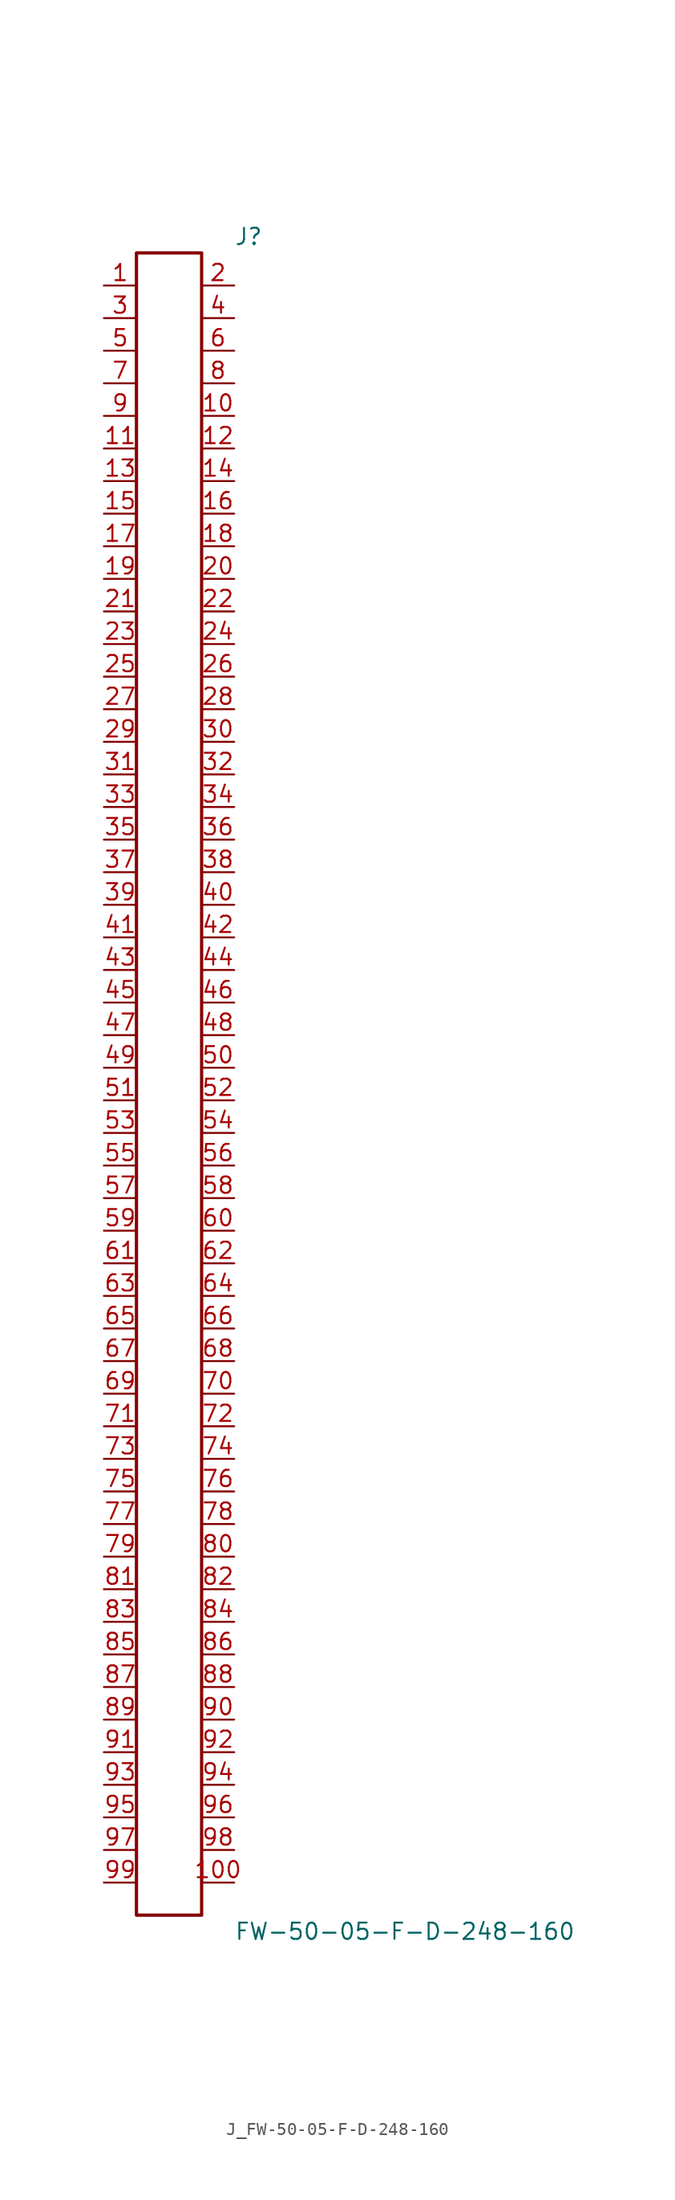
<source format=kicad_sym>
(kicad_symbol_lib
  (version 20231120)
  (generator kicad_symbol_editor)
  (generator_version 8.0)
  (symbol "J_FW-50-05-F-D-248-160"
    (pin_names
      (offset 0.254))
    (property "Reference" "J"
      (at 5.08 66.04 0)
      (effects (font (size 1.27 1.27)) (justify left)))
    (property "Value" "FW-50-05-F-D-248-160"
      (at 5.08 -66.04 0)
      (effects (font (size 1.27 1.27)) (justify left)))
    (symbol "J_FW-50-05-F-D-248-160_0_0"
      (pin passive line (at -5.08 62.23 0) (length 2.54) (name "" (effects (font (size 1.27 1.27)))) (number "1" (effects (font (size 1.27 1.27)))))
      (pin passive line (at 5.08 62.23 180) (length 2.54) (name "" (effects (font (size 1.27 1.27)))) (number "2" (effects (font (size 1.27 1.27)))))
      (pin passive line (at -5.08 59.69 0) (length 2.54) (name "" (effects (font (size 1.27 1.27)))) (number "3" (effects (font (size 1.27 1.27)))))
      (pin passive line (at 5.08 59.69 180) (length 2.54) (name "" (effects (font (size 1.27 1.27)))) (number "4" (effects (font (size 1.27 1.27)))))
      (pin passive line (at -5.08 57.15 0) (length 2.54) (name "" (effects (font (size 1.27 1.27)))) (number "5" (effects (font (size 1.27 1.27)))))
      (pin passive line (at 5.08 57.15 180) (length 2.54) (name "" (effects (font (size 1.27 1.27)))) (number "6" (effects (font (size 1.27 1.27)))))
      (pin passive line (at -5.08 54.61 0) (length 2.54) (name "" (effects (font (size 1.27 1.27)))) (number "7" (effects (font (size 1.27 1.27)))))
      (pin passive line (at 5.08 54.61 180) (length 2.54) (name "" (effects (font (size 1.27 1.27)))) (number "8" (effects (font (size 1.27 1.27)))))
      (pin passive line (at -5.08 52.07 0) (length 2.54) (name "" (effects (font (size 1.27 1.27)))) (number "9" (effects (font (size 1.27 1.27)))))
      (pin passive line (at 5.08 52.07 180) (length 2.54) (name "" (effects (font (size 1.27 1.27)))) (number "10" (effects (font (size 1.27 1.27)))))
      (pin passive line (at -5.08 49.53 0) (length 2.54) (name "" (effects (font (size 1.27 1.27)))) (number "11" (effects (font (size 1.27 1.27)))))
      (pin passive line (at 5.08 49.53 180) (length 2.54) (name "" (effects (font (size 1.27 1.27)))) (number "12" (effects (font (size 1.27 1.27)))))
      (pin passive line (at -5.08 46.99 0) (length 2.54) (name "" (effects (font (size 1.27 1.27)))) (number "13" (effects (font (size 1.27 1.27)))))
      (pin passive line (at 5.08 46.99 180) (length 2.54) (name "" (effects (font (size 1.27 1.27)))) (number "14" (effects (font (size 1.27 1.27)))))
      (pin passive line (at -5.08 44.45 0) (length 2.54) (name "" (effects (font (size 1.27 1.27)))) (number "15" (effects (font (size 1.27 1.27)))))
      (pin passive line (at 5.08 44.45 180) (length 2.54) (name "" (effects (font (size 1.27 1.27)))) (number "16" (effects (font (size 1.27 1.27)))))
      (pin passive line (at -5.08 41.91 0) (length 2.54) (name "" (effects (font (size 1.27 1.27)))) (number "17" (effects (font (size 1.27 1.27)))))
      (pin passive line (at 5.08 41.91 180) (length 2.54) (name "" (effects (font (size 1.27 1.27)))) (number "18" (effects (font (size 1.27 1.27)))))
      (pin passive line (at -5.08 39.37 0) (length 2.54) (name "" (effects (font (size 1.27 1.27)))) (number "19" (effects (font (size 1.27 1.27)))))
      (pin passive line (at 5.08 39.37 180) (length 2.54) (name "" (effects (font (size 1.27 1.27)))) (number "20" (effects (font (size 1.27 1.27)))))
      (pin passive line (at -5.08 36.83 0) (length 2.54) (name "" (effects (font (size 1.27 1.27)))) (number "21" (effects (font (size 1.27 1.27)))))
      (pin passive line (at 5.08 36.83 180) (length 2.54) (name "" (effects (font (size 1.27 1.27)))) (number "22" (effects (font (size 1.27 1.27)))))
      (pin passive line (at -5.08 34.29 0) (length 2.54) (name "" (effects (font (size 1.27 1.27)))) (number "23" (effects (font (size 1.27 1.27)))))
      (pin passive line (at 5.08 34.29 180) (length 2.54) (name "" (effects (font (size 1.27 1.27)))) (number "24" (effects (font (size 1.27 1.27)))))
      (pin passive line (at -5.08 31.75 0) (length 2.54) (name "" (effects (font (size 1.27 1.27)))) (number "25" (effects (font (size 1.27 1.27)))))
      (pin passive line (at 5.08 31.75 180) (length 2.54) (name "" (effects (font (size 1.27 1.27)))) (number "26" (effects (font (size 1.27 1.27)))))
      (pin passive line (at -5.08 29.21 0) (length 2.54) (name "" (effects (font (size 1.27 1.27)))) (number "27" (effects (font (size 1.27 1.27)))))
      (pin passive line (at 5.08 29.21 180) (length 2.54) (name "" (effects (font (size 1.27 1.27)))) (number "28" (effects (font (size 1.27 1.27)))))
      (pin passive line (at -5.08 26.67 0) (length 2.54) (name "" (effects (font (size 1.27 1.27)))) (number "29" (effects (font (size 1.27 1.27)))))
      (pin passive line (at 5.08 26.67 180) (length 2.54) (name "" (effects (font (size 1.27 1.27)))) (number "30" (effects (font (size 1.27 1.27)))))
      (pin passive line (at -5.08 24.13 0) (length 2.54) (name "" (effects (font (size 1.27 1.27)))) (number "31" (effects (font (size 1.27 1.27)))))
      (pin passive line (at 5.08 24.13 180) (length 2.54) (name "" (effects (font (size 1.27 1.27)))) (number "32" (effects (font (size 1.27 1.27)))))
      (pin passive line (at -5.08 21.59 0) (length 2.54) (name "" (effects (font (size 1.27 1.27)))) (number "33" (effects (font (size 1.27 1.27)))))
      (pin passive line (at 5.08 21.59 180) (length 2.54) (name "" (effects (font (size 1.27 1.27)))) (number "34" (effects (font (size 1.27 1.27)))))
      (pin passive line (at -5.08 19.05 0) (length 2.54) (name "" (effects (font (size 1.27 1.27)))) (number "35" (effects (font (size 1.27 1.27)))))
      (pin passive line (at 5.08 19.05 180) (length 2.54) (name "" (effects (font (size 1.27 1.27)))) (number "36" (effects (font (size 1.27 1.27)))))
      (pin passive line (at -5.08 16.51 0) (length 2.54) (name "" (effects (font (size 1.27 1.27)))) (number "37" (effects (font (size 1.27 1.27)))))
      (pin passive line (at 5.08 16.51 180) (length 2.54) (name "" (effects (font (size 1.27 1.27)))) (number "38" (effects (font (size 1.27 1.27)))))
      (pin passive line (at -5.08 13.97 0) (length 2.54) (name "" (effects (font (size 1.27 1.27)))) (number "39" (effects (font (size 1.27 1.27)))))
      (pin passive line (at 5.08 13.97 180) (length 2.54) (name "" (effects (font (size 1.27 1.27)))) (number "40" (effects (font (size 1.27 1.27)))))
      (pin passive line (at -5.08 11.43 0) (length 2.54) (name "" (effects (font (size 1.27 1.27)))) (number "41" (effects (font (size 1.27 1.27)))))
      (pin passive line (at 5.08 11.43 180) (length 2.54) (name "" (effects (font (size 1.27 1.27)))) (number "42" (effects (font (size 1.27 1.27)))))
      (pin passive line (at -5.08 8.89 0) (length 2.54) (name "" (effects (font (size 1.27 1.27)))) (number "43" (effects (font (size 1.27 1.27)))))
      (pin passive line (at 5.08 8.89 180) (length 2.54) (name "" (effects (font (size 1.27 1.27)))) (number "44" (effects (font (size 1.27 1.27)))))
      (pin passive line (at -5.08 6.35 0) (length 2.54) (name "" (effects (font (size 1.27 1.27)))) (number "45" (effects (font (size 1.27 1.27)))))
      (pin passive line (at 5.08 6.35 180) (length 2.54) (name "" (effects (font (size 1.27 1.27)))) (number "46" (effects (font (size 1.27 1.27)))))
      (pin passive line (at -5.08 3.81 0) (length 2.54) (name "" (effects (font (size 1.27 1.27)))) (number "47" (effects (font (size 1.27 1.27)))))
      (pin passive line (at 5.08 3.81 180) (length 2.54) (name "" (effects (font (size 1.27 1.27)))) (number "48" (effects (font (size 1.27 1.27)))))
      (pin passive line (at -5.08 1.27 0) (length 2.54) (name "" (effects (font (size 1.27 1.27)))) (number "49" (effects (font (size 1.27 1.27)))))
      (pin passive line (at 5.08 1.27 180) (length 2.54) (name "" (effects (font (size 1.27 1.27)))) (number "50" (effects (font (size 1.27 1.27)))))
      (pin passive line (at -5.08 -1.27 0) (length 2.54) (name "" (effects (font (size 1.27 1.27)))) (number "51" (effects (font (size 1.27 1.27)))))
      (pin passive line (at 5.08 -1.27 180) (length 2.54) (name "" (effects (font (size 1.27 1.27)))) (number "52" (effects (font (size 1.27 1.27)))))
      (pin passive line (at -5.08 -3.81 0) (length 2.54) (name "" (effects (font (size 1.27 1.27)))) (number "53" (effects (font (size 1.27 1.27)))))
      (pin passive line (at 5.08 -3.81 180) (length 2.54) (name "" (effects (font (size 1.27 1.27)))) (number "54" (effects (font (size 1.27 1.27)))))
      (pin passive line (at -5.08 -6.35 0) (length 2.54) (name "" (effects (font (size 1.27 1.27)))) (number "55" (effects (font (size 1.27 1.27)))))
      (pin passive line (at 5.08 -6.35 180) (length 2.54) (name "" (effects (font (size 1.27 1.27)))) (number "56" (effects (font (size 1.27 1.27)))))
      (pin passive line (at -5.08 -8.89 0) (length 2.54) (name "" (effects (font (size 1.27 1.27)))) (number "57" (effects (font (size 1.27 1.27)))))
      (pin passive line (at 5.08 -8.89 180) (length 2.54) (name "" (effects (font (size 1.27 1.27)))) (number "58" (effects (font (size 1.27 1.27)))))
      (pin passive line (at -5.08 -11.43 0) (length 2.54) (name "" (effects (font (size 1.27 1.27)))) (number "59" (effects (font (size 1.27 1.27)))))
      (pin passive line (at 5.08 -11.43 180) (length 2.54) (name "" (effects (font (size 1.27 1.27)))) (number "60" (effects (font (size 1.27 1.27)))))
      (pin passive line (at -5.08 -13.97 0) (length 2.54) (name "" (effects (font (size 1.27 1.27)))) (number "61" (effects (font (size 1.27 1.27)))))
      (pin passive line (at 5.08 -13.97 180) (length 2.54) (name "" (effects (font (size 1.27 1.27)))) (number "62" (effects (font (size 1.27 1.27)))))
      (pin passive line (at -5.08 -16.51 0) (length 2.54) (name "" (effects (font (size 1.27 1.27)))) (number "63" (effects (font (size 1.27 1.27)))))
      (pin passive line (at 5.08 -16.51 180) (length 2.54) (name "" (effects (font (size 1.27 1.27)))) (number "64" (effects (font (size 1.27 1.27)))))
      (pin passive line (at -5.08 -19.05 0) (length 2.54) (name "" (effects (font (size 1.27 1.27)))) (number "65" (effects (font (size 1.27 1.27)))))
      (pin passive line (at 5.08 -19.05 180) (length 2.54) (name "" (effects (font (size 1.27 1.27)))) (number "66" (effects (font (size 1.27 1.27)))))
      (pin passive line (at -5.08 -21.59 0) (length 2.54) (name "" (effects (font (size 1.27 1.27)))) (number "67" (effects (font (size 1.27 1.27)))))
      (pin passive line (at 5.08 -21.59 180) (length 2.54) (name "" (effects (font (size 1.27 1.27)))) (number "68" (effects (font (size 1.27 1.27)))))
      (pin passive line (at -5.08 -24.13 0) (length 2.54) (name "" (effects (font (size 1.27 1.27)))) (number "69" (effects (font (size 1.27 1.27)))))
      (pin passive line (at 5.08 -24.13 180) (length 2.54) (name "" (effects (font (size 1.27 1.27)))) (number "70" (effects (font (size 1.27 1.27)))))
      (pin passive line (at -5.08 -26.67 0) (length 2.54) (name "" (effects (font (size 1.27 1.27)))) (number "71" (effects (font (size 1.27 1.27)))))
      (pin passive line (at 5.08 -26.67 180) (length 2.54) (name "" (effects (font (size 1.27 1.27)))) (number "72" (effects (font (size 1.27 1.27)))))
      (pin passive line (at -5.08 -29.21 0) (length 2.54) (name "" (effects (font (size 1.27 1.27)))) (number "73" (effects (font (size 1.27 1.27)))))
      (pin passive line (at 5.08 -29.21 180) (length 2.54) (name "" (effects (font (size 1.27 1.27)))) (number "74" (effects (font (size 1.27 1.27)))))
      (pin passive line (at -5.08 -31.75 0) (length 2.54) (name "" (effects (font (size 1.27 1.27)))) (number "75" (effects (font (size 1.27 1.27)))))
      (pin passive line (at 5.08 -31.75 180) (length 2.54) (name "" (effects (font (size 1.27 1.27)))) (number "76" (effects (font (size 1.27 1.27)))))
      (pin passive line (at -5.08 -34.29 0) (length 2.54) (name "" (effects (font (size 1.27 1.27)))) (number "77" (effects (font (size 1.27 1.27)))))
      (pin passive line (at 5.08 -34.29 180) (length 2.54) (name "" (effects (font (size 1.27 1.27)))) (number "78" (effects (font (size 1.27 1.27)))))
      (pin passive line (at -5.08 -36.83 0) (length 2.54) (name "" (effects (font (size 1.27 1.27)))) (number "79" (effects (font (size 1.27 1.27)))))
      (pin passive line (at 5.08 -36.83 180) (length 2.54) (name "" (effects (font (size 1.27 1.27)))) (number "80" (effects (font (size 1.27 1.27)))))
      (pin passive line (at -5.08 -39.37 0) (length 2.54) (name "" (effects (font (size 1.27 1.27)))) (number "81" (effects (font (size 1.27 1.27)))))
      (pin passive line (at 5.08 -39.37 180) (length 2.54) (name "" (effects (font (size 1.27 1.27)))) (number "82" (effects (font (size 1.27 1.27)))))
      (pin passive line (at -5.08 -41.91 0) (length 2.54) (name "" (effects (font (size 1.27 1.27)))) (number "83" (effects (font (size 1.27 1.27)))))
      (pin passive line (at 5.08 -41.91 180) (length 2.54) (name "" (effects (font (size 1.27 1.27)))) (number "84" (effects (font (size 1.27 1.27)))))
      (pin passive line (at -5.08 -44.45 0) (length 2.54) (name "" (effects (font (size 1.27 1.27)))) (number "85" (effects (font (size 1.27 1.27)))))
      (pin passive line (at 5.08 -44.45 180) (length 2.54) (name "" (effects (font (size 1.27 1.27)))) (number "86" (effects (font (size 1.27 1.27)))))
      (pin passive line (at -5.08 -46.99 0) (length 2.54) (name "" (effects (font (size 1.27 1.27)))) (number "87" (effects (font (size 1.27 1.27)))))
      (pin passive line (at 5.08 -46.99 180) (length 2.54) (name "" (effects (font (size 1.27 1.27)))) (number "88" (effects (font (size 1.27 1.27)))))
      (pin passive line (at -5.08 -49.53 0) (length 2.54) (name "" (effects (font (size 1.27 1.27)))) (number "89" (effects (font (size 1.27 1.27)))))
      (pin passive line (at 5.08 -49.53 180) (length 2.54) (name "" (effects (font (size 1.27 1.27)))) (number "90" (effects (font (size 1.27 1.27)))))
      (pin passive line (at -5.08 -52.07 0) (length 2.54) (name "" (effects (font (size 1.27 1.27)))) (number "91" (effects (font (size 1.27 1.27)))))
      (pin passive line (at 5.08 -52.07 180) (length 2.54) (name "" (effects (font (size 1.27 1.27)))) (number "92" (effects (font (size 1.27 1.27)))))
      (pin passive line (at -5.08 -54.61 0) (length 2.54) (name "" (effects (font (size 1.27 1.27)))) (number "93" (effects (font (size 1.27 1.27)))))
      (pin passive line (at 5.08 -54.61 180) (length 2.54) (name "" (effects (font (size 1.27 1.27)))) (number "94" (effects (font (size 1.27 1.27)))))
      (pin passive line (at -5.08 -57.15 0) (length 2.54) (name "" (effects (font (size 1.27 1.27)))) (number "95" (effects (font (size 1.27 1.27)))))
      (pin passive line (at 5.08 -57.15 180) (length 2.54) (name "" (effects (font (size 1.27 1.27)))) (number "96" (effects (font (size 1.27 1.27)))))
      (pin passive line (at -5.08 -59.69 0) (length 2.54) (name "" (effects (font (size 1.27 1.27)))) (number "97" (effects (font (size 1.27 1.27)))))
      (pin passive line (at 5.08 -59.69 180) (length 2.54) (name "" (effects (font (size 1.27 1.27)))) (number "98" (effects (font (size 1.27 1.27)))))
      (pin passive line (at -5.08 -62.23 0) (length 2.54) (name "" (effects (font (size 1.27 1.27)))) (number "99" (effects (font (size 1.27 1.27)))))
      (pin passive line (at 5.08 -62.23 180) (length 2.54) (name "" (effects (font (size 1.27 1.27)))) (number "100" (effects (font (size 1.27 1.27))))))
    (symbol "J_FW-50-05-F-D-248-160_1_0"
      (rectangle (start -2.54 64.77) (end 2.54 -64.77) (stroke (width 0.254) (type solid)) (fill (type none))))))
</source>
